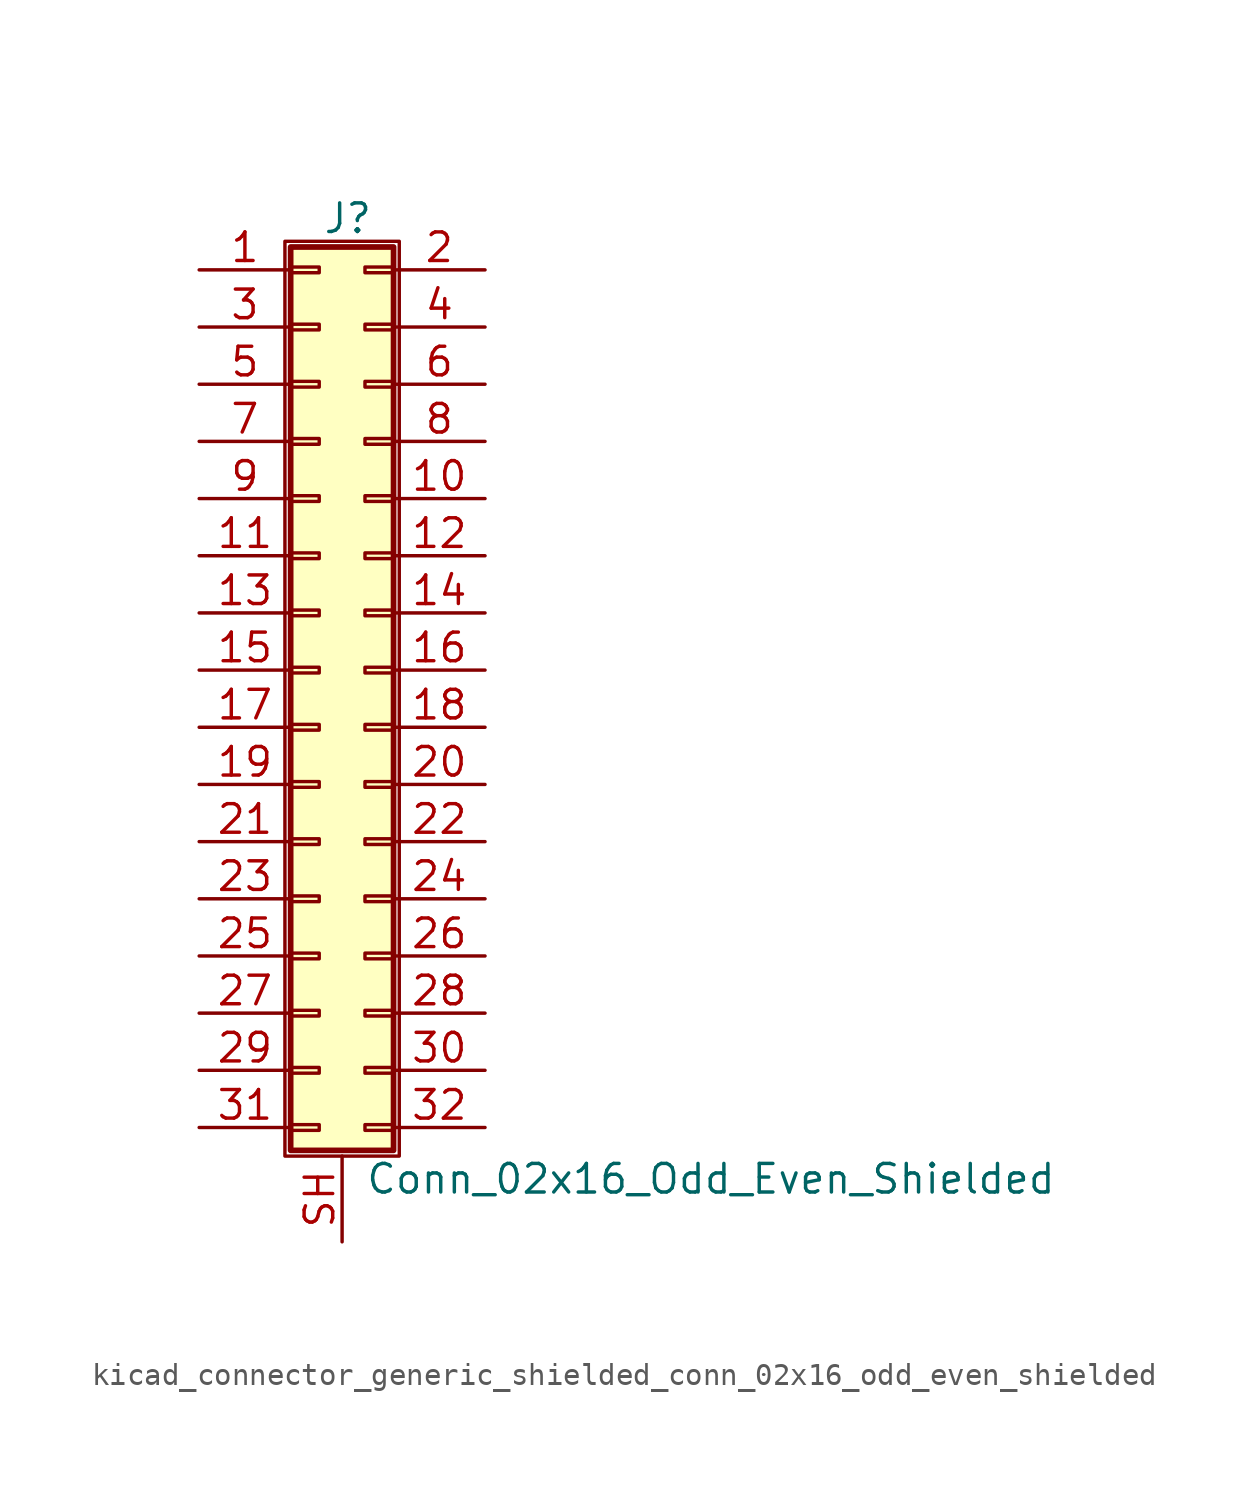
<source format=kicad_sym>
(kicad_symbol_lib
  (version 20220914)
  (generator kicad_symbol_editor)
  (symbol "kicad_connector_generic_shielded_conn_02x16_odd_even_shielded"
    (pin_names
      (offset 1.016) hide)
    (property "Reference" "J"
      (at 1.524 20.066 0)
      (effects (font (size 1.27 1.27))))
    (property "Value" "Conn_02x16_Odd_Even_Shielded"
      (at 2.286 -22.606 0)
      (effects (font (size 1.27 1.27)) (justify left)))
    (symbol "kicad_connector_generic_shielded_conn_02x16_odd_even_shielded_1_1"
      (rectangle (start -1.27 19.05) (end 3.81 -21.59) (stroke (width 0.152) (type default)) (fill (type none)))
      (rectangle (start -1.016 -20.193) (end 0.254 -20.447) (stroke (width 0.152) (type default)) (fill (type none)))
      (rectangle (start -1.016 -17.653) (end 0.254 -17.907) (stroke (width 0.152) (type default)) (fill (type none)))
      (rectangle (start -1.016 -15.113) (end 0.254 -15.367) (stroke (width 0.152) (type default)) (fill (type none)))
      (rectangle (start -1.016 -12.573) (end 0.254 -12.827) (stroke (width 0.152) (type default)) (fill (type none)))
      (rectangle (start -1.016 -10.033) (end 0.254 -10.287) (stroke (width 0.152) (type default)) (fill (type none)))
      (rectangle (start -1.016 -7.493) (end 0.254 -7.747) (stroke (width 0.152) (type default)) (fill (type none)))
      (rectangle (start -1.016 -4.953) (end 0.254 -5.207) (stroke (width 0.152) (type default)) (fill (type none)))
      (rectangle (start -1.016 -2.413) (end 0.254 -2.667) (stroke (width 0.152) (type default)) (fill (type none)))
      (rectangle (start -1.016 0.127) (end 0.254 -0.127) (stroke (width 0.152) (type default)) (fill (type none)))
      (rectangle (start -1.016 2.667) (end 0.254 2.413) (stroke (width 0.152) (type default)) (fill (type none)))
      (rectangle (start -1.016 5.207) (end 0.254 4.953) (stroke (width 0.152) (type default)) (fill (type none)))
      (rectangle (start -1.016 7.747) (end 0.254 7.493) (stroke (width 0.152) (type default)) (fill (type none)))
      (rectangle (start -1.016 10.287) (end 0.254 10.033) (stroke (width 0.152) (type default)) (fill (type none)))
      (rectangle (start -1.016 12.827) (end 0.254 12.573) (stroke (width 0.152) (type default)) (fill (type none)))
      (rectangle (start -1.016 15.367) (end 0.254 15.113) (stroke (width 0.152) (type default)) (fill (type none)))
      (rectangle (start -1.016 17.907) (end 0.254 17.653) (stroke (width 0.152) (type default)) (fill (type none)))
      (rectangle (start -1.016 18.796) (end 3.556 -21.336) (stroke (width 0.254) (type default)) (fill (type background)))
      (rectangle (start 3.556 -20.193) (end 2.286 -20.447) (stroke (width 0.152) (type default)) (fill (type none)))
      (rectangle (start 3.556 -17.653) (end 2.286 -17.907) (stroke (width 0.152) (type default)) (fill (type none)))
      (rectangle (start 3.556 -15.113) (end 2.286 -15.367) (stroke (width 0.152) (type default)) (fill (type none)))
      (rectangle (start 3.556 -12.573) (end 2.286 -12.827) (stroke (width 0.152) (type default)) (fill (type none)))
      (rectangle (start 3.556 -10.033) (end 2.286 -10.287) (stroke (width 0.152) (type default)) (fill (type none)))
      (rectangle (start 3.556 -7.493) (end 2.286 -7.747) (stroke (width 0.152) (type default)) (fill (type none)))
      (rectangle (start 3.556 -4.953) (end 2.286 -5.207) (stroke (width 0.152) (type default)) (fill (type none)))
      (rectangle (start 3.556 -2.413) (end 2.286 -2.667) (stroke (width 0.152) (type default)) (fill (type none)))
      (rectangle (start 3.556 0.127) (end 2.286 -0.127) (stroke (width 0.152) (type default)) (fill (type none)))
      (rectangle (start 3.556 2.667) (end 2.286 2.413) (stroke (width 0.152) (type default)) (fill (type none)))
      (rectangle (start 3.556 5.207) (end 2.286 4.953) (stroke (width 0.152) (type default)) (fill (type none)))
      (rectangle (start 3.556 7.747) (end 2.286 7.493) (stroke (width 0.152) (type default)) (fill (type none)))
      (rectangle (start 3.556 10.287) (end 2.286 10.033) (stroke (width 0.152) (type default)) (fill (type none)))
      (rectangle (start 3.556 12.827) (end 2.286 12.573) (stroke (width 0.152) (type default)) (fill (type none)))
      (rectangle (start 3.556 15.367) (end 2.286 15.113) (stroke (width 0.152) (type default)) (fill (type none)))
      (rectangle (start 3.556 17.907) (end 2.286 17.653) (stroke (width 0.152) (type default)) (fill (type none)))
      (pin passive line (at -5.08 17.78 0) (length 4.064) (name "Pin_1" (effects (font (size 1.27 1.27)))) (number "1" (effects (font (size 1.27 1.27)))))
      (pin passive line (at 7.62 7.62 180) (length 4.064) (name "Pin_10" (effects (font (size 1.27 1.27)))) (number "10" (effects (font (size 1.27 1.27)))))
      (pin passive line (at -5.08 5.08 0) (length 4.064) (name "Pin_11" (effects (font (size 1.27 1.27)))) (number "11" (effects (font (size 1.27 1.27)))))
      (pin passive line (at 7.62 5.08 180) (length 4.064) (name "Pin_12" (effects (font (size 1.27 1.27)))) (number "12" (effects (font (size 1.27 1.27)))))
      (pin passive line (at -5.08 2.54 0) (length 4.064) (name "Pin_13" (effects (font (size 1.27 1.27)))) (number "13" (effects (font (size 1.27 1.27)))))
      (pin passive line (at 7.62 2.54 180) (length 4.064) (name "Pin_14" (effects (font (size 1.27 1.27)))) (number "14" (effects (font (size 1.27 1.27)))))
      (pin passive line (at -5.08 0 0) (length 4.064) (name "Pin_15" (effects (font (size 1.27 1.27)))) (number "15" (effects (font (size 1.27 1.27)))))
      (pin passive line (at 7.62 0 180) (length 4.064) (name "Pin_16" (effects (font (size 1.27 1.27)))) (number "16" (effects (font (size 1.27 1.27)))))
      (pin passive line (at -5.08 -2.54 0) (length 4.064) (name "Pin_17" (effects (font (size 1.27 1.27)))) (number "17" (effects (font (size 1.27 1.27)))))
      (pin passive line (at 7.62 -2.54 180) (length 4.064) (name "Pin_18" (effects (font (size 1.27 1.27)))) (number "18" (effects (font (size 1.27 1.27)))))
      (pin passive line (at -5.08 -5.08 0) (length 4.064) (name "Pin_19" (effects (font (size 1.27 1.27)))) (number "19" (effects (font (size 1.27 1.27)))))
      (pin passive line (at 7.62 17.78 180) (length 4.064) (name "Pin_2" (effects (font (size 1.27 1.27)))) (number "2" (effects (font (size 1.27 1.27)))))
      (pin passive line (at 7.62 -5.08 180) (length 4.064) (name "Pin_20" (effects (font (size 1.27 1.27)))) (number "20" (effects (font (size 1.27 1.27)))))
      (pin passive line (at -5.08 -7.62 0) (length 4.064) (name "Pin_21" (effects (font (size 1.27 1.27)))) (number "21" (effects (font (size 1.27 1.27)))))
      (pin passive line (at 7.62 -7.62 180) (length 4.064) (name "Pin_22" (effects (font (size 1.27 1.27)))) (number "22" (effects (font (size 1.27 1.27)))))
      (pin passive line (at -5.08 -10.16 0) (length 4.064) (name "Pin_23" (effects (font (size 1.27 1.27)))) (number "23" (effects (font (size 1.27 1.27)))))
      (pin passive line (at 7.62 -10.16 180) (length 4.064) (name "Pin_24" (effects (font (size 1.27 1.27)))) (number "24" (effects (font (size 1.27 1.27)))))
      (pin passive line (at -5.08 -12.7 0) (length 4.064) (name "Pin_25" (effects (font (size 1.27 1.27)))) (number "25" (effects (font (size 1.27 1.27)))))
      (pin passive line (at 7.62 -12.7 180) (length 4.064) (name "Pin_26" (effects (font (size 1.27 1.27)))) (number "26" (effects (font (size 1.27 1.27)))))
      (pin passive line (at -5.08 -15.24 0) (length 4.064) (name "Pin_27" (effects (font (size 1.27 1.27)))) (number "27" (effects (font (size 1.27 1.27)))))
      (pin passive line (at 7.62 -15.24 180) (length 4.064) (name "Pin_28" (effects (font (size 1.27 1.27)))) (number "28" (effects (font (size 1.27 1.27)))))
      (pin passive line (at -5.08 -17.78 0) (length 4.064) (name "Pin_29" (effects (font (size 1.27 1.27)))) (number "29" (effects (font (size 1.27 1.27)))))
      (pin passive line (at -5.08 15.24 0) (length 4.064) (name "Pin_3" (effects (font (size 1.27 1.27)))) (number "3" (effects (font (size 1.27 1.27)))))
      (pin passive line (at 7.62 -17.78 180) (length 4.064) (name "Pin_30" (effects (font (size 1.27 1.27)))) (number "30" (effects (font (size 1.27 1.27)))))
      (pin passive line (at -5.08 -20.32 0) (length 4.064) (name "Pin_31" (effects (font (size 1.27 1.27)))) (number "31" (effects (font (size 1.27 1.27)))))
      (pin passive line (at 7.62 -20.32 180) (length 4.064) (name "Pin_32" (effects (font (size 1.27 1.27)))) (number "32" (effects (font (size 1.27 1.27)))))
      (pin passive line (at 7.62 15.24 180) (length 4.064) (name "Pin_4" (effects (font (size 1.27 1.27)))) (number "4" (effects (font (size 1.27 1.27)))))
      (pin passive line (at -5.08 12.7 0) (length 4.064) (name "Pin_5" (effects (font (size 1.27 1.27)))) (number "5" (effects (font (size 1.27 1.27)))))
      (pin passive line (at 7.62 12.7 180) (length 4.064) (name "Pin_6" (effects (font (size 1.27 1.27)))) (number "6" (effects (font (size 1.27 1.27)))))
      (pin passive line (at -5.08 10.16 0) (length 4.064) (name "Pin_7" (effects (font (size 1.27 1.27)))) (number "7" (effects (font (size 1.27 1.27)))))
      (pin passive line (at 7.62 10.16 180) (length 4.064) (name "Pin_8" (effects (font (size 1.27 1.27)))) (number "8" (effects (font (size 1.27 1.27)))))
      (pin passive line (at -5.08 7.62 0) (length 4.064) (name "Pin_9" (effects (font (size 1.27 1.27)))) (number "9" (effects (font (size 1.27 1.27)))))
      (pin passive line (at 1.27 -25.4 90) (length 3.81) (name "Shield" (effects (font (size 1.27 1.27)))) (number "SH" (effects (font (size 1.27 1.27))))))))
</source>
